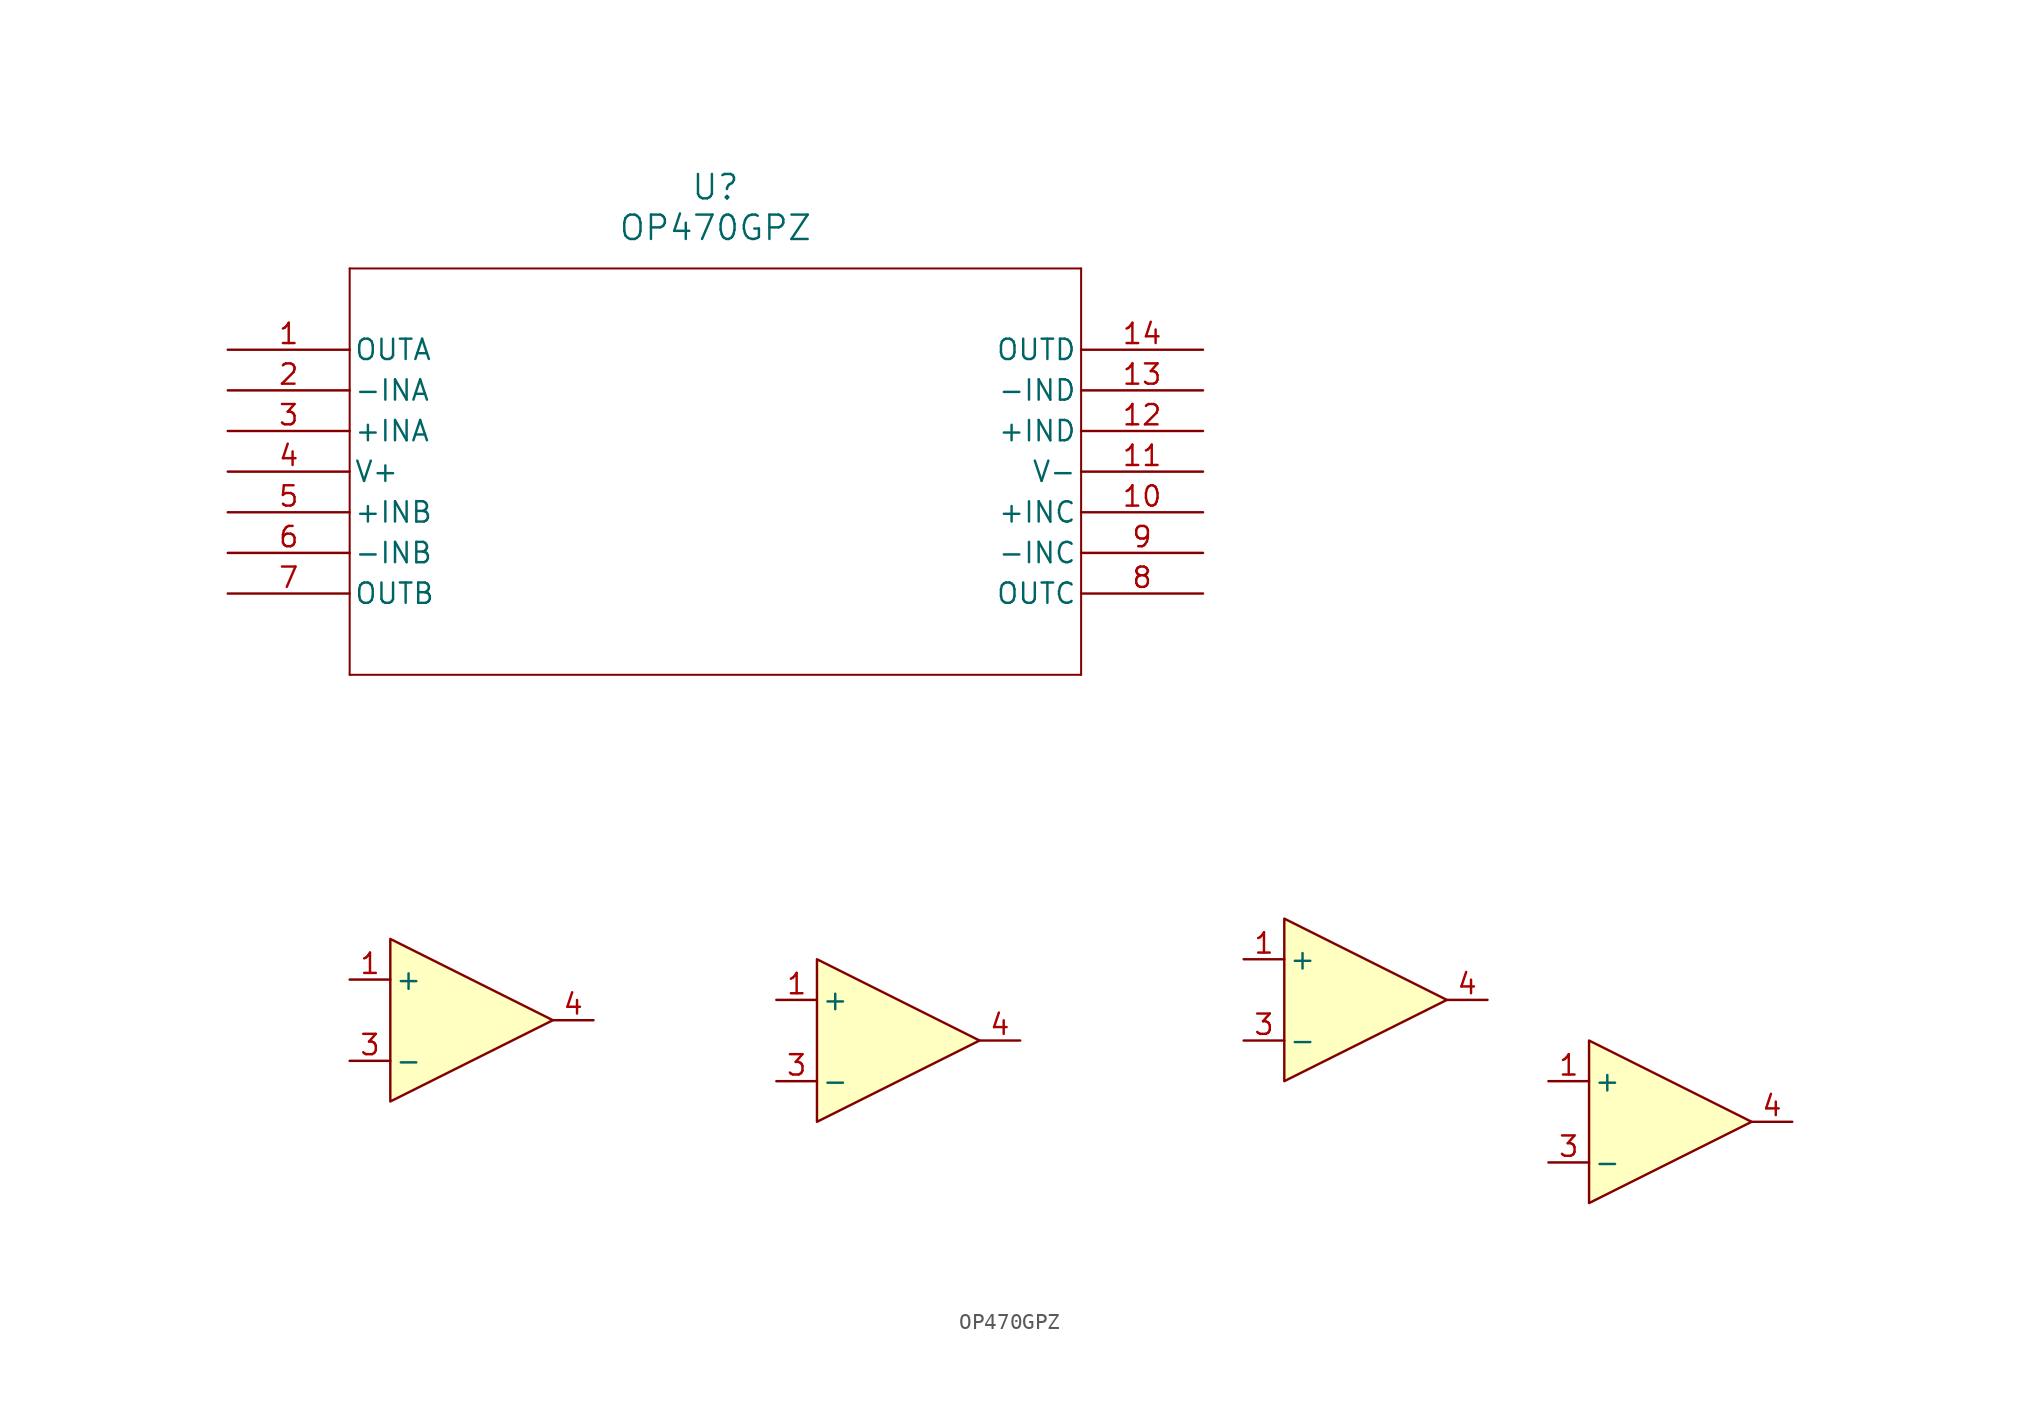
<source format=kicad_sym>
(kicad_symbol_lib
  (version 20231120)
  (generator "kicad_symbol_editor")
  (generator_version "8.0")
  (symbol "OP470GPZ"
    (pin_names
      (offset 0.254))
    (property "Reference" "U"
      (at 30.48 10.16 0)
      (effects (font (size 1.524 1.524))))
    (property "Value" "OP470GPZ"
      (at 30.48 7.62 0)
      (effects (font (size 1.524 1.524))))
    (property "ki_locked" ""
      (at 0 0 0)
      (effects (font (size 1.27 1.27))))
    (symbol "OP470GPZ_0_1"
      (polyline (pts (xy 7.62 -20.32) (xy 53.34 -20.32)) (stroke (width 0.127) (type default)) (fill (type none)))
      (polyline (pts (xy 7.62 5.08) (xy 7.62 -20.32)) (stroke (width 0.127) (type default)) (fill (type none)))
      (polyline (pts (xy 53.34 -20.32) (xy 53.34 5.08)) (stroke (width 0.127) (type default)) (fill (type none)))
      (polyline (pts (xy 53.34 5.08) (xy 7.62 5.08)) (stroke (width 0.127) (type default)) (fill (type none)))
      (pin unspecified line (at 0 0 0) (length 7.62) (name "OUTA" (effects (font (size 1.27 1.27)))) (number "1" (effects (font (size 1.27 1.27)))))
      (pin unspecified line (at 60.96 -10.16 180) (length 7.62) (name "+INC" (effects (font (size 1.27 1.27)))) (number "10" (effects (font (size 1.27 1.27)))))
      (pin power_in line (at 60.96 -7.62 180) (length 7.62) (name "V-" (effects (font (size 1.27 1.27)))) (number "11" (effects (font (size 1.27 1.27)))))
      (pin unspecified line (at 60.96 -5.08 180) (length 7.62) (name "+IND" (effects (font (size 1.27 1.27)))) (number "12" (effects (font (size 1.27 1.27)))))
      (pin unspecified line (at 60.96 -2.54 180) (length 7.62) (name "-IND" (effects (font (size 1.27 1.27)))) (number "13" (effects (font (size 1.27 1.27)))))
      (pin unspecified line (at 60.96 0 180) (length 7.62) (name "OUTD" (effects (font (size 1.27 1.27)))) (number "14" (effects (font (size 1.27 1.27)))))
      (pin unspecified line (at 0 -2.54 0) (length 7.62) (name "-INA" (effects (font (size 1.27 1.27)))) (number "2" (effects (font (size 1.27 1.27)))))
      (pin unspecified line (at 0 -5.08 0) (length 7.62) (name "+INA" (effects (font (size 1.27 1.27)))) (number "3" (effects (font (size 1.27 1.27)))))
      (pin power_in line (at 0 -7.62 0) (length 7.62) (name "V+" (effects (font (size 1.27 1.27)))) (number "4" (effects (font (size 1.27 1.27)))))
      (pin unspecified line (at 0 -10.16 0) (length 7.62) (name "+INB" (effects (font (size 1.27 1.27)))) (number "5" (effects (font (size 1.27 1.27)))))
      (pin unspecified line (at 0 -12.7 0) (length 7.62) (name "-INB" (effects (font (size 1.27 1.27)))) (number "6" (effects (font (size 1.27 1.27)))))
      (pin unspecified line (at 0 -15.24 0) (length 7.62) (name "OUTB" (effects (font (size 1.27 1.27)))) (number "7" (effects (font (size 1.27 1.27)))))
      (pin unspecified line (at 60.96 -15.24 180) (length 7.62) (name "OUTC" (effects (font (size 1.27 1.27)))) (number "8" (effects (font (size 1.27 1.27)))))
      (pin unspecified line (at 60.96 -12.7 180) (length 7.62) (name "-INC" (effects (font (size 1.27 1.27)))) (number "9" (effects (font (size 1.27 1.27))))))
    (symbol "OP470GPZ_1_1"
      (polyline (pts (xy 20.32 -41.91) (xy 10.16 -36.83) (xy 10.16 -46.99) (xy 20.32 -41.91)) (stroke (width 0) (type default)) (fill (type background)))
      (polyline (pts (xy 46.99 -43.18) (xy 36.83 -38.1) (xy 36.83 -48.26) (xy 46.99 -43.18)) (stroke (width 0) (type default)) (fill (type background)))
      (polyline (pts (xy 76.2 -40.64) (xy 66.04 -35.56) (xy 66.04 -45.72) (xy 76.2 -40.64)) (stroke (width 0) (type default)) (fill (type background)))
      (polyline (pts (xy 95.25 -48.26) (xy 85.09 -43.18) (xy 85.09 -53.34) (xy 95.25 -48.26)) (stroke (width 0) (type default)) (fill (type background)))
      (pin input line (at 7.62 -39.37 0) (length 2.54) (name "+" (effects (font (size 1.27 1.27)))) (number "1" (effects (font (size 1.27 1.27)))))
      (pin input line (at 34.29 -40.64 0) (length 2.54) (name "+" (effects (font (size 1.27 1.27)))) (number "1" (effects (font (size 1.27 1.27)))))
      (pin input line (at 63.5 -38.1 0) (length 2.54) (name "+" (effects (font (size 1.27 1.27)))) (number "1" (effects (font (size 1.27 1.27)))))
      (pin input line (at 82.55 -45.72 0) (length 2.54) (name "+" (effects (font (size 1.27 1.27)))) (number "1" (effects (font (size 1.27 1.27)))))
      (pin input line (at 7.62 -44.45 0) (length 2.54) (name "-" (effects (font (size 1.27 1.27)))) (number "3" (effects (font (size 1.27 1.27)))))
      (pin input line (at 34.29 -45.72 0) (length 2.54) (name "-" (effects (font (size 1.27 1.27)))) (number "3" (effects (font (size 1.27 1.27)))))
      (pin input line (at 63.5 -43.18 0) (length 2.54) (name "-" (effects (font (size 1.27 1.27)))) (number "3" (effects (font (size 1.27 1.27)))))
      (pin input line (at 82.55 -50.8 0) (length 2.54) (name "-" (effects (font (size 1.27 1.27)))) (number "3" (effects (font (size 1.27 1.27)))))
      (pin output line (at 22.86 -41.91 180) (length 2.54) (name "~" (effects (font (size 1.27 1.27)))) (number "4" (effects (font (size 1.27 1.27)))))
      (pin output line (at 49.53 -43.18 180) (length 2.54) (name "~" (effects (font (size 1.27 1.27)))) (number "4" (effects (font (size 1.27 1.27)))))
      (pin output line (at 78.74 -40.64 180) (length 2.54) (name "~" (effects (font (size 1.27 1.27)))) (number "4" (effects (font (size 1.27 1.27)))))
      (pin output line (at 97.79 -48.26 180) (length 2.54) (name "~" (effects (font (size 1.27 1.27)))) (number "4" (effects (font (size 1.27 1.27))))))))
</source>
